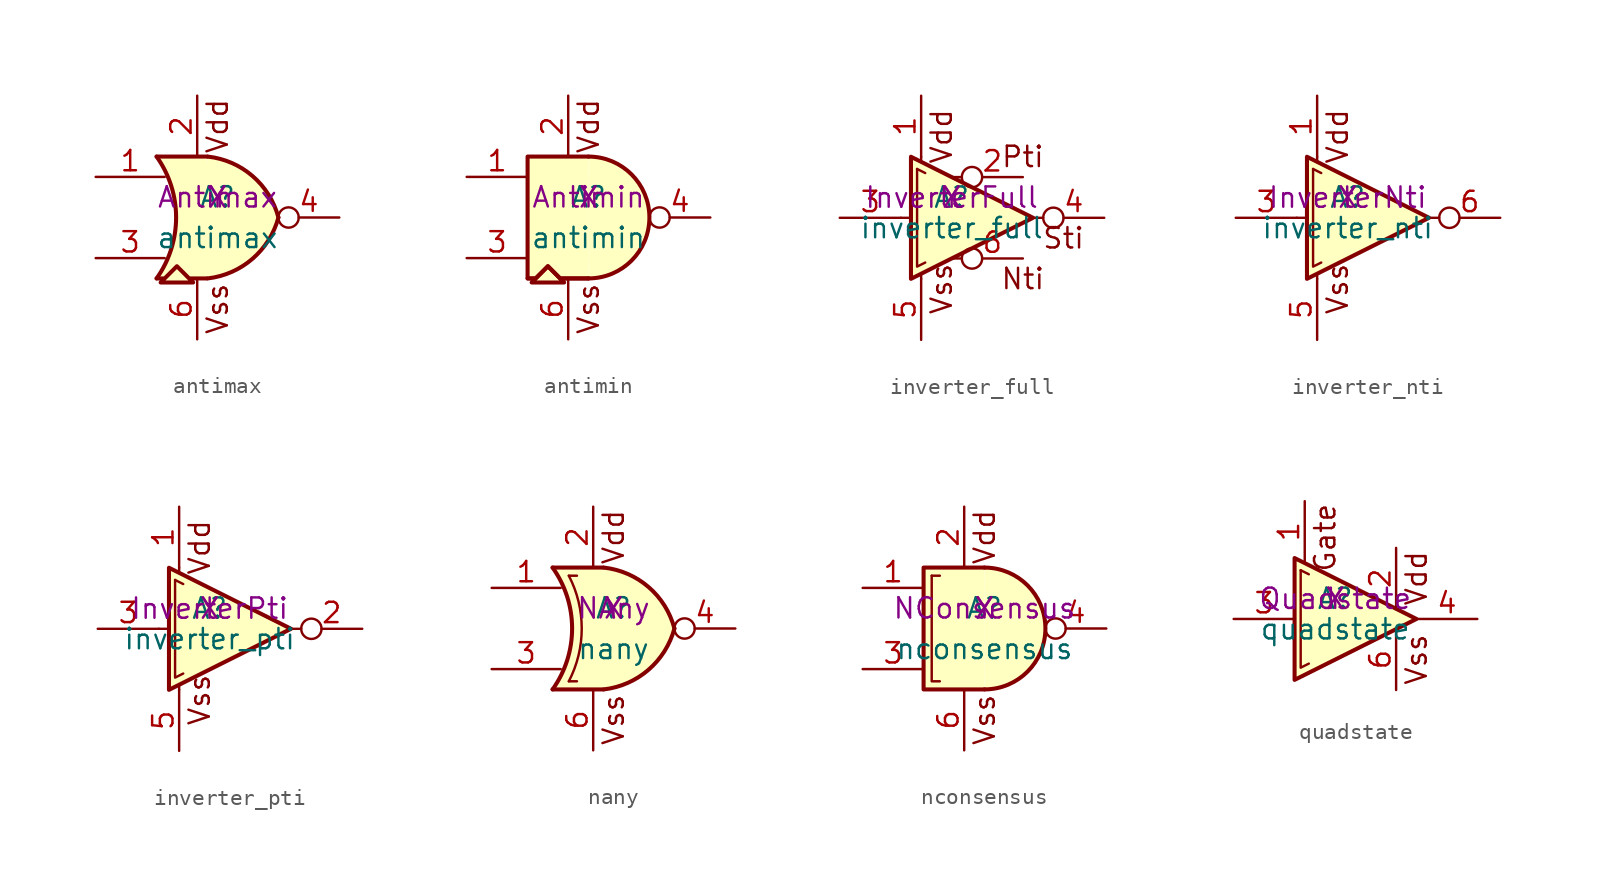
<source format=kicad_sym>
(kicad_symbol_lib
  (version 20211014)
  (generator kicad_symbol_editor)
  (symbol "antimax"
    (pin_names
      (offset 1.016))
    (property "Reference" "A"
      (at 0 1.27 0)
      (effects (font (size 1.27 1.27))))
    (property "Value" "antimax"
      (at 0 -1.27 0)
      (effects (font (size 1.27 1.27))))
    (property "Spice_Primitive" "X"
      (at 0 1.27 0)
      (effects (font (size 1.27 1.27))))
    (property "Spice_Model" "Antimax"
      (at 0 1.27 0)
      (effects (font (size 1.27 1.27))))
    (property "Spice_Netlist_Enabled" "Y"
      (at 0 1.27 0)
      (effects (font (size 1.27 1.27))))
    (symbol "antimax_0_0"
      (text "Vdd" (at 0 5.715 900) (effects (font (size 1.27 1.27))))
      (text "Vss" (at 0 -5.715 900) (effects (font (size 1.27 1.27)))))
    (symbol "antimax_0_1"
      (polyline (pts (xy -3.81 -3.81) (xy -3.302 -3.81) (xy -2.54 -3.048) (xy -1.778 -3.81) (xy -0.66 -3.81) (xy -1.778 -3.81) (xy -1.524 -4.064) (xy -3.556 -4.064) (xy -3.302 -3.81) (xy -3.81 -3.81)) (stroke (width 0.254) (type default) (color 0 0 0 0)) (fill (type background))))
    (symbol "antimax_1_1"
      (arc (start -3.81 -3.81) (mid -2.589 0) (end -3.81 3.81) (stroke (width 0.254) (type default) (color 0 0 0 0)) (fill (type none)))
      (arc (start -0.6096 -3.81) (mid 2.1842 -2.5851) (end 3.81 0) (stroke (width 0.254) (type default) (color 0 0 0 0)) (fill (type background)))
      (polyline (pts (xy -3.81 3.81) (xy -0.635 3.81)) (stroke (width 0.254) (type default) (color 0 0 0 0)) (fill (type background)))
      (polyline (pts (xy -0.635 3.81) (xy -3.81 3.81) (xy -3.81 3.81) (xy -3.556 3.404) (xy -3.023 2.261) (xy -2.692 1.041) (xy -2.616 -0.254) (xy -2.769 -1.499) (xy -3.175 -2.718) (xy -3.81 -3.81) (xy -3.81 -3.81) (xy -0.635 -3.81)) (stroke (width -25.4) (type default) (color 0 0 0 0)) (fill (type background)))
      (arc (start 3.81 0) (mid 2.1915 2.5936) (end -0.6096 3.81) (stroke (width 0.254) (type default) (color 0 0 0 0)) (fill (type background)))
      (pin input line (at -7.62 2.54 0) (length 4.318) (name "~" (effects (font (size 1.27 1.27)))) (number "1" (effects (font (size 1.27 1.27)))))
      (pin power_in line (at -1.27 7.62 270) (length 3.81) (name "~" (effects (font (size 1.27 1.27)))) (number "2" (effects (font (size 1.27 1.27)))))
      (pin input line (at -7.62 -2.54 0) (length 4.318) (name "~" (effects (font (size 1.27 1.27)))) (number "3" (effects (font (size 1.27 1.27)))))
      (pin output inverted (at 7.62 0 180) (length 3.81) (name "~" (effects (font (size 1.27 1.27)))) (number "4" (effects (font (size 1.27 1.27)))))
      (pin power_in line (at -1.27 -7.62 90) (length 3.81) (name "~" (effects (font (size 1.27 1.27)))) (number "6" (effects (font (size 1.27 1.27)))))))
  (symbol "antimin"
    (pin_names
      (offset 1.016))
    (property "Reference" "A"
      (at 0 1.27 0)
      (effects (font (size 1.27 1.27))))
    (property "Value" "antimin"
      (at 0 -1.27 0)
      (effects (font (size 1.27 1.27))))
    (property "Spice_Primitive" "X"
      (at 0 1.27 0)
      (effects (font (size 1.27 1.27))))
    (property "Spice_Model" "Antimin"
      (at 0 1.27 0)
      (effects (font (size 1.27 1.27))))
    (property "Spice_Netlist_Enabled" "Y"
      (at 0 1.27 0)
      (effects (font (size 1.27 1.27))))
    (symbol "antimin_0_0"
      (text "Vdd" (at 0 5.715 900) (effects (font (size 1.27 1.27))))
      (text "Vss" (at 0 -5.715 900) (effects (font (size 1.27 1.27)))))
    (symbol "antimin_0_1"
      (polyline (pts (xy 0 3.81) (xy -3.81 3.81) (xy -3.81 -3.81) (xy -3.302 -3.81) (xy -2.54 -3.048) (xy -1.778 -3.81) (xy 0 -3.81)) (stroke (width 0.254) (type default) (color 0 0 0 0)) (fill (type background)))
      (polyline (pts (xy -3.81 -3.81) (xy -3.302 -3.81) (xy -2.54 -3.048) (xy -1.778 -3.81) (xy 0 -3.81) (xy -1.778 -3.81) (xy -1.524 -4.064) (xy -3.556 -4.064) (xy -3.302 -3.81) (xy -3.81 -3.81)) (stroke (width 0.254) (type default) (color 0 0 0 0)) (fill (type background))))
    (symbol "antimin_1_1"
      (arc (start 0 -3.81) (mid 3.81 0) (end 0 3.81) (stroke (width 0.254) (type default) (color 0 0 0 0)) (fill (type background)))
      (pin input line (at -7.62 2.54 0) (length 3.81) (name "~" (effects (font (size 1.27 1.27)))) (number "1" (effects (font (size 1.27 1.27)))))
      (pin power_in line (at -1.27 7.62 270) (length 3.81) (name "~" (effects (font (size 1.27 1.27)))) (number "2" (effects (font (size 1.27 1.27)))))
      (pin input line (at -7.62 -2.54 0) (length 3.81) (name "~" (effects (font (size 1.27 1.27)))) (number "3" (effects (font (size 1.27 1.27)))))
      (pin output inverted (at 7.62 0 180) (length 3.81) (name "~" (effects (font (size 1.27 1.27)))) (number "4" (effects (font (size 1.27 1.27)))))
      (pin power_in line (at -1.27 -7.62 90) (length 3.81) (name "~" (effects (font (size 1.27 1.27)))) (number "6" (effects (font (size 1.27 1.27)))))))
  (symbol "inverter_full"
    (pin_names
      (offset 1.016))
    (property "Reference" "A"
      (at -0.635 1.27 0)
      (effects (font (size 1.27 1.27))))
    (property "Value" "inverter_full"
      (at -0.635 -0.635 0)
      (effects (font (size 1.27 1.27))))
    (property "Spice_Primitive" "X"
      (at -0.635 1.27 0)
      (effects (font (size 1.27 1.27))))
    (property "Spice_Model" "InverterFull"
      (at -0.635 1.27 0)
      (effects (font (size 1.27 1.27))))
    (property "Spice_Netlist_Enabled" "Y"
      (at -0.635 1.27 0)
      (effects (font (size 1.27 1.27))))
    (symbol "inverter_full_0_0"
      (polyline (pts (xy -3.81 0) (xy -3.302 0)) (stroke (width 0) (type default) (color 0 0 0 0)) (fill (type none)))
      (polyline (pts (xy -2.54 -3.81) (xy -2.54 -3.556)) (stroke (width 0) (type default) (color 0 0 0 0)) (fill (type none)))
      (polyline (pts (xy -2.54 3.81) (xy -2.54 3.556)) (stroke (width 0) (type default) (color 0 0 0 0)) (fill (type none)))
      (polyline (pts (xy -0.508 -2.54) (xy 0 -2.54)) (stroke (width 0) (type default) (color 0 0 0 0)) (fill (type none)))
      (polyline (pts (xy 0 2.54) (xy -0.635 2.54)) (stroke (width 0) (type default) (color 0 0 0 0)) (fill (type none)))
      (polyline (pts (xy 5.08 0) (xy 4.318 0)) (stroke (width 0) (type default) (color 0 0 0 0)) (fill (type none)))
      (text "Nti" (at 3.81 -3.81 0) (effects (font (size 1.27 1.27))))
      (text "Pti" (at 3.81 3.81 0) (effects (font (size 1.27 1.27))))
      (text "Sti" (at 6.35 -1.27 0) (effects (font (size 1.27 1.27))))
      (text "Vdd" (at -1.27 5.08 900) (effects (font (size 1.27 1.27))))
      (text "Vss" (at -1.27 -4.445 900) (effects (font (size 1.27 1.27)))))
    (symbol "inverter_full_0_1"
      (polyline (pts (xy -2.794 3.048) (xy -2.286 2.794)) (stroke (width 0.152) (type default) (color 0 0 0 0)) (fill (type none)))
      (polyline (pts (xy -2.794 3.048) (xy -2.794 -3.048) (xy -2.286 -2.794)) (stroke (width 0.152) (type default) (color 0 0 0 0)) (fill (type none))))
    (symbol "inverter_full_1_1"
      (polyline (pts (xy -3.175 3.81) (xy -3.175 -3.81) (xy 4.445 0) (xy -3.175 3.81)) (stroke (width 0.254) (type default) (color 0 0 0 0)) (fill (type background)))
      (pin power_in line (at -2.54 7.62 270) (length 3.81) (name "~" (effects (font (size 1.27 1.27)))) (number "1" (effects (font (size 1.27 1.27)))))
      (pin output inverted (at 3.81 2.54 180) (length 3.81) (name "~" (effects (font (size 1.27 1.27)))) (number "2" (effects (font (size 1.27 1.27)))))
      (pin input line (at -7.62 0 0) (length 3.81) (name "~" (effects (font (size 1.27 1.27)))) (number "3" (effects (font (size 1.27 1.27)))))
      (pin output inverted (at 8.89 0 180) (length 3.81) (name "~" (effects (font (size 1.27 1.27)))) (number "4" (effects (font (size 1.27 1.27)))))
      (pin power_in line (at -2.54 -7.62 90) (length 3.81) (name "~" (effects (font (size 1.27 1.27)))) (number "5" (effects (font (size 1.27 1.27)))))
      (pin output inverted (at 3.81 -2.54 180) (length 3.81) (name "~" (effects (font (size 1.27 1.27)))) (number "6" (effects (font (size 1.27 1.27)))))))
  (symbol "inverter_nti"
    (pin_names
      (offset 1.016))
    (property "Reference" "A"
      (at -0.635 1.27 0)
      (effects (font (size 1.27 1.27))))
    (property "Value" "inverter_nti"
      (at -0.635 -0.635 0)
      (effects (font (size 1.27 1.27))))
    (property "Spice_Primitive" "X"
      (at -0.635 1.27 0)
      (effects (font (size 1.27 1.27))))
    (property "Spice_Model" "InverterNti"
      (at -0.635 1.27 0)
      (effects (font (size 1.27 1.27))))
    (property "Spice_Netlist_Enabled" "Y"
      (at -0.635 1.27 0)
      (effects (font (size 1.27 1.27))))
    (symbol "inverter_nti_0_0"
      (polyline (pts (xy -3.81 0) (xy -3.302 0)) (stroke (width 0) (type default) (color 0 0 0 0)) (fill (type none)))
      (polyline (pts (xy -2.54 -3.81) (xy -2.54 -3.556)) (stroke (width 0) (type default) (color 0 0 0 0)) (fill (type none)))
      (polyline (pts (xy -2.54 3.81) (xy -2.54 3.556)) (stroke (width 0) (type default) (color 0 0 0 0)) (fill (type none)))
      (polyline (pts (xy 5.08 0) (xy 4.318 0)) (stroke (width 0) (type default) (color 0 0 0 0)) (fill (type none)))
      (text "Vdd" (at -1.27 5.08 900) (effects (font (size 1.27 1.27))))
      (text "Vss" (at -1.27 -4.445 900) (effects (font (size 1.27 1.27)))))
    (symbol "inverter_nti_0_1"
      (polyline (pts (xy -2.794 3.048) (xy -2.286 2.794)) (stroke (width 0.152) (type default) (color 0 0 0 0)) (fill (type none)))
      (polyline (pts (xy -2.794 3.048) (xy -2.794 -3.048) (xy -2.286 -2.794)) (stroke (width 0.152) (type default) (color 0 0 0 0)) (fill (type none))))
    (symbol "inverter_nti_1_1"
      (polyline (pts (xy -3.175 3.81) (xy -3.175 -3.81) (xy 4.445 0) (xy -3.175 3.81)) (stroke (width 0.254) (type default) (color 0 0 0 0)) (fill (type background)))
      (pin power_in line (at -2.54 7.62 270) (length 3.81) (name "~" (effects (font (size 1.27 1.27)))) (number "1" (effects (font (size 1.27 1.27)))))
      (pin input line (at -7.62 0 0) (length 3.81) (name "~" (effects (font (size 1.27 1.27)))) (number "3" (effects (font (size 1.27 1.27)))))
      (pin power_in line (at -2.54 -7.62 90) (length 3.81) (name "~" (effects (font (size 1.27 1.27)))) (number "5" (effects (font (size 1.27 1.27)))))
      (pin output inverted (at 8.89 0 180) (length 3.81) (name "~" (effects (font (size 1.27 1.27)))) (number "6" (effects (font (size 1.27 1.27)))))))
  (symbol "inverter_pti"
    (pin_names
      (offset 1.016))
    (property "Reference" "A"
      (at -0.635 1.27 0)
      (effects (font (size 1.27 1.27))))
    (property "Value" "inverter_pti"
      (at -0.635 -0.635 0)
      (effects (font (size 1.27 1.27))))
    (property "Spice_Primitive" "X"
      (at -0.635 1.27 0)
      (effects (font (size 1.27 1.27))))
    (property "Spice_Model" "InverterPti"
      (at -0.635 1.27 0)
      (effects (font (size 1.27 1.27))))
    (property "Spice_Netlist_Enabled" "Y"
      (at -0.635 1.27 0)
      (effects (font (size 1.27 1.27))))
    (symbol "inverter_pti_0_0"
      (polyline (pts (xy -3.81 0) (xy -3.302 0)) (stroke (width 0) (type default) (color 0 0 0 0)) (fill (type none)))
      (polyline (pts (xy -2.54 -3.81) (xy -2.54 -3.556)) (stroke (width 0) (type default) (color 0 0 0 0)) (fill (type none)))
      (polyline (pts (xy -2.54 3.81) (xy -2.54 3.556)) (stroke (width 0) (type default) (color 0 0 0 0)) (fill (type none)))
      (polyline (pts (xy 5.08 0) (xy 4.318 0)) (stroke (width 0) (type default) (color 0 0 0 0)) (fill (type none)))
      (text "Vdd" (at -1.27 5.08 900) (effects (font (size 1.27 1.27))))
      (text "Vss" (at -1.27 -4.445 900) (effects (font (size 1.27 1.27)))))
    (symbol "inverter_pti_0_1"
      (polyline (pts (xy -2.794 3.048) (xy -2.286 2.794)) (stroke (width 0.152) (type default) (color 0 0 0 0)) (fill (type none)))
      (polyline (pts (xy -2.794 3.048) (xy -2.794 -3.048) (xy -2.286 -2.794)) (stroke (width 0.152) (type default) (color 0 0 0 0)) (fill (type none))))
    (symbol "inverter_pti_1_1"
      (polyline (pts (xy -3.175 3.81) (xy -3.175 -3.81) (xy 4.445 0) (xy -3.175 3.81)) (stroke (width 0.254) (type default) (color 0 0 0 0)) (fill (type background)))
      (pin power_in line (at -2.54 7.62 270) (length 3.81) (name "~" (effects (font (size 1.27 1.27)))) (number "1" (effects (font (size 1.27 1.27)))))
      (pin output inverted (at 8.89 0 180) (length 3.81) (name "~" (effects (font (size 1.27 1.27)))) (number "2" (effects (font (size 1.27 1.27)))))
      (pin input line (at -7.62 0 0) (length 3.81) (name "~" (effects (font (size 1.27 1.27)))) (number "3" (effects (font (size 1.27 1.27)))))
      (pin power_in line (at -2.54 -7.62 90) (length 3.81) (name "~" (effects (font (size 1.27 1.27)))) (number "5" (effects (font (size 1.27 1.27)))))))
  (symbol "nany"
    (pin_names
      (offset 1.016))
    (property "Reference" "A"
      (at 0 1.27 0)
      (effects (font (size 1.27 1.27))))
    (property "Value" "nany"
      (at 0 -1.27 0)
      (effects (font (size 1.27 1.27))))
    (property "Spice_Primitive" "X"
      (at 0 1.27 0)
      (effects (font (size 1.27 1.27))))
    (property "Spice_Model" "NAny"
      (at 0 1.27 0)
      (effects (font (size 1.27 1.27))))
    (property "Spice_Netlist_Enabled" "Y"
      (at 0 1.27 0)
      (effects (font (size 1.27 1.27))))
    (symbol "nany_0_0"
      (text "Vdd" (at 0 5.715 900) (effects (font (size 1.27 1.27))))
      (text "Vss" (at 0 -5.715 900) (effects (font (size 1.27 1.27)))))
    (symbol "nany_0_1"
      (arc (start -2.794 -3.302) (mid -1.9868 0) (end -2.794 3.302) (stroke (width 0) (type default) (color 0 0 0 0)) (fill (type none)))
      (polyline (pts (xy -2.794 -3.302) (xy -2.286 -3.302)) (stroke (width 0) (type default) (color 0 0 0 0)) (fill (type none)))
      (polyline (pts (xy -2.794 3.302) (xy -2.286 3.302)) (stroke (width 0) (type default) (color 0 0 0 0)) (fill (type none))))
    (symbol "nany_1_1"
      (arc (start -3.81 -3.81) (mid -2.589 0) (end -3.81 3.81) (stroke (width 0.254) (type default) (color 0 0 0 0)) (fill (type none)))
      (arc (start -0.6096 -3.81) (mid 2.1842 -2.5851) (end 3.81 0) (stroke (width 0.254) (type default) (color 0 0 0 0)) (fill (type background)))
      (polyline (pts (xy -3.81 -3.81) (xy -0.635 -3.81)) (stroke (width 0.254) (type default) (color 0 0 0 0)) (fill (type background)))
      (polyline (pts (xy -3.81 3.81) (xy -0.635 3.81)) (stroke (width 0.254) (type default) (color 0 0 0 0)) (fill (type background)))
      (polyline (pts (xy -0.635 3.81) (xy -3.81 3.81) (xy -3.81 3.81) (xy -3.556 3.404) (xy -3.023 2.261) (xy -2.692 1.041) (xy -2.616 -0.254) (xy -2.769 -1.499) (xy -3.175 -2.718) (xy -3.81 -3.81) (xy -3.81 -3.81) (xy -0.635 -3.81)) (stroke (width -25.4) (type default) (color 0 0 0 0)) (fill (type background)))
      (arc (start 3.81 0) (mid 2.1915 2.5936) (end -0.6096 3.81) (stroke (width 0.254) (type default) (color 0 0 0 0)) (fill (type background)))
      (pin input line (at -7.62 2.54 0) (length 4.318) (name "~" (effects (font (size 1.27 1.27)))) (number "1" (effects (font (size 1.27 1.27)))))
      (pin power_in line (at -1.27 7.62 270) (length 3.81) (name "~" (effects (font (size 1.27 1.27)))) (number "2" (effects (font (size 1.27 1.27)))))
      (pin input line (at -7.62 -2.54 0) (length 4.318) (name "~" (effects (font (size 1.27 1.27)))) (number "3" (effects (font (size 1.27 1.27)))))
      (pin output inverted (at 7.62 0 180) (length 3.81) (name "~" (effects (font (size 1.27 1.27)))) (number "4" (effects (font (size 1.27 1.27)))))
      (pin power_in line (at -1.27 -7.62 90) (length 3.81) (name "~" (effects (font (size 1.27 1.27)))) (number "6" (effects (font (size 1.27 1.27)))))))
  (symbol "nconsensus"
    (pin_names
      (offset 1.016))
    (property "Reference" "A"
      (at 0 1.27 0)
      (effects (font (size 1.27 1.27))))
    (property "Value" "nconsensus"
      (at 0 -1.27 0)
      (effects (font (size 1.27 1.27))))
    (property "Spice_Primitive" "X"
      (at 0 1.27 0)
      (effects (font (size 1.27 1.27))))
    (property "Spice_Model" "NConsensus"
      (at 0 1.27 0)
      (effects (font (size 1.27 1.27))))
    (property "Spice_Netlist_Enabled" "Y"
      (at 0 1.27 0)
      (effects (font (size 1.27 1.27))))
    (symbol "nconsensus_0_0"
      (text "Vdd" (at 0 5.715 900) (effects (font (size 1.27 1.27))))
      (text "Vss" (at 0 -5.715 900) (effects (font (size 1.27 1.27)))))
    (symbol "nconsensus_0_1"
      (polyline (pts (xy -3.302 3.302) (xy -2.794 3.302)) (stroke (width 0) (type default) (color 0 0 0 0)) (fill (type none)))
      (polyline (pts (xy -3.302 3.302) (xy -3.302 -3.302) (xy -3.048 -3.302) (xy -2.794 -3.302)) (stroke (width 0) (type default) (color 0 0 0 0)) (fill (type none))))
    (symbol "nconsensus_1_1"
      (arc (start 0 -3.81) (mid 3.81 0) (end 0 3.81) (stroke (width 0.254) (type default) (color 0 0 0 0)) (fill (type background)))
      (polyline (pts (xy 0 3.81) (xy -3.81 3.81) (xy -3.81 -3.81) (xy 0 -3.81)) (stroke (width 0.254) (type default) (color 0 0 0 0)) (fill (type background)))
      (pin input line (at -7.62 2.54 0) (length 3.81) (name "~" (effects (font (size 1.27 1.27)))) (number "1" (effects (font (size 1.27 1.27)))))
      (pin power_in line (at -1.27 7.62 270) (length 3.81) (name "~" (effects (font (size 1.27 1.27)))) (number "2" (effects (font (size 1.27 1.27)))))
      (pin input line (at -7.62 -2.54 0) (length 3.81) (name "~" (effects (font (size 1.27 1.27)))) (number "3" (effects (font (size 1.27 1.27)))))
      (pin output inverted (at 7.62 0 180) (length 3.81) (name "~" (effects (font (size 1.27 1.27)))) (number "4" (effects (font (size 1.27 1.27)))))
      (pin power_in line (at -1.27 -7.62 90) (length 3.81) (name "~" (effects (font (size 1.27 1.27)))) (number "6" (effects (font (size 1.27 1.27)))))))
  (symbol "quadstate"
    (pin_names
      (offset 1.016))
    (property "Reference" "A"
      (at -0.635 1.27 0)
      (effects (font (size 1.27 1.27))))
    (property "Value" "quadstate"
      (at -0.635 -0.635 0)
      (effects (font (size 1.27 1.27))))
    (property "Spice_Primitive" "X"
      (at -0.635 1.27 0)
      (effects (font (size 1.27 1.27))))
    (property "Spice_Model" "Quadstate"
      (at -0.635 1.27 0)
      (effects (font (size 1.27 1.27))))
    (property "Spice_Netlist_Enabled" "Y"
      (at -0.635 1.27 0)
      (effects (font (size 1.27 1.27))))
    (symbol "quadstate_0_0"
      (text "Gate" (at -1.27 5.08 900) (effects (font (size 1.27 1.27))))
      (text "Vdd" (at 4.445 2.54 900) (effects (font (size 1.27 1.27))))
      (text "Vss" (at 4.445 -2.54 900) (effects (font (size 1.27 1.27)))))
    (symbol "quadstate_0_1"
      (polyline (pts (xy -2.794 3.048) (xy -2.286 2.794)) (stroke (width 0.152) (type default) (color 0 0 0 0)) (fill (type none)))
      (polyline (pts (xy -2.794 3.048) (xy -2.794 -3.048) (xy -2.286 -2.794)) (stroke (width 0.152) (type default) (color 0 0 0 0)) (fill (type none))))
    (symbol "quadstate_1_1"
      (polyline (pts (xy -3.175 3.81) (xy -3.175 -3.81) (xy 4.445 0) (xy -3.175 3.81)) (stroke (width 0.254) (type default) (color 0 0 0 0)) (fill (type background)))
      (pin input line (at -2.54 7.366 270) (length 3.81) (name "~" (effects (font (size 1.27 1.27)))) (number "1" (effects (font (size 1.27 1.27)))))
      (pin power_in line (at 3.175 4.445 270) (length 3.81) (name "~" (effects (font (size 1.27 1.27)))) (number "2" (effects (font (size 1.27 1.27)))))
      (pin input line (at -6.985 0 0) (length 3.81) (name "~" (effects (font (size 1.27 1.27)))) (number "3" (effects (font (size 1.27 1.27)))))
      (pin output line (at 8.255 0 180) (length 3.81) (name "~" (effects (font (size 1.27 1.27)))) (number "4" (effects (font (size 1.27 1.27)))))
      (pin power_in line (at 3.175 -4.445 90) (length 3.81) (name "~" (effects (font (size 1.27 1.27)))) (number "6" (effects (font (size 1.27 1.27))))))))
</source>
